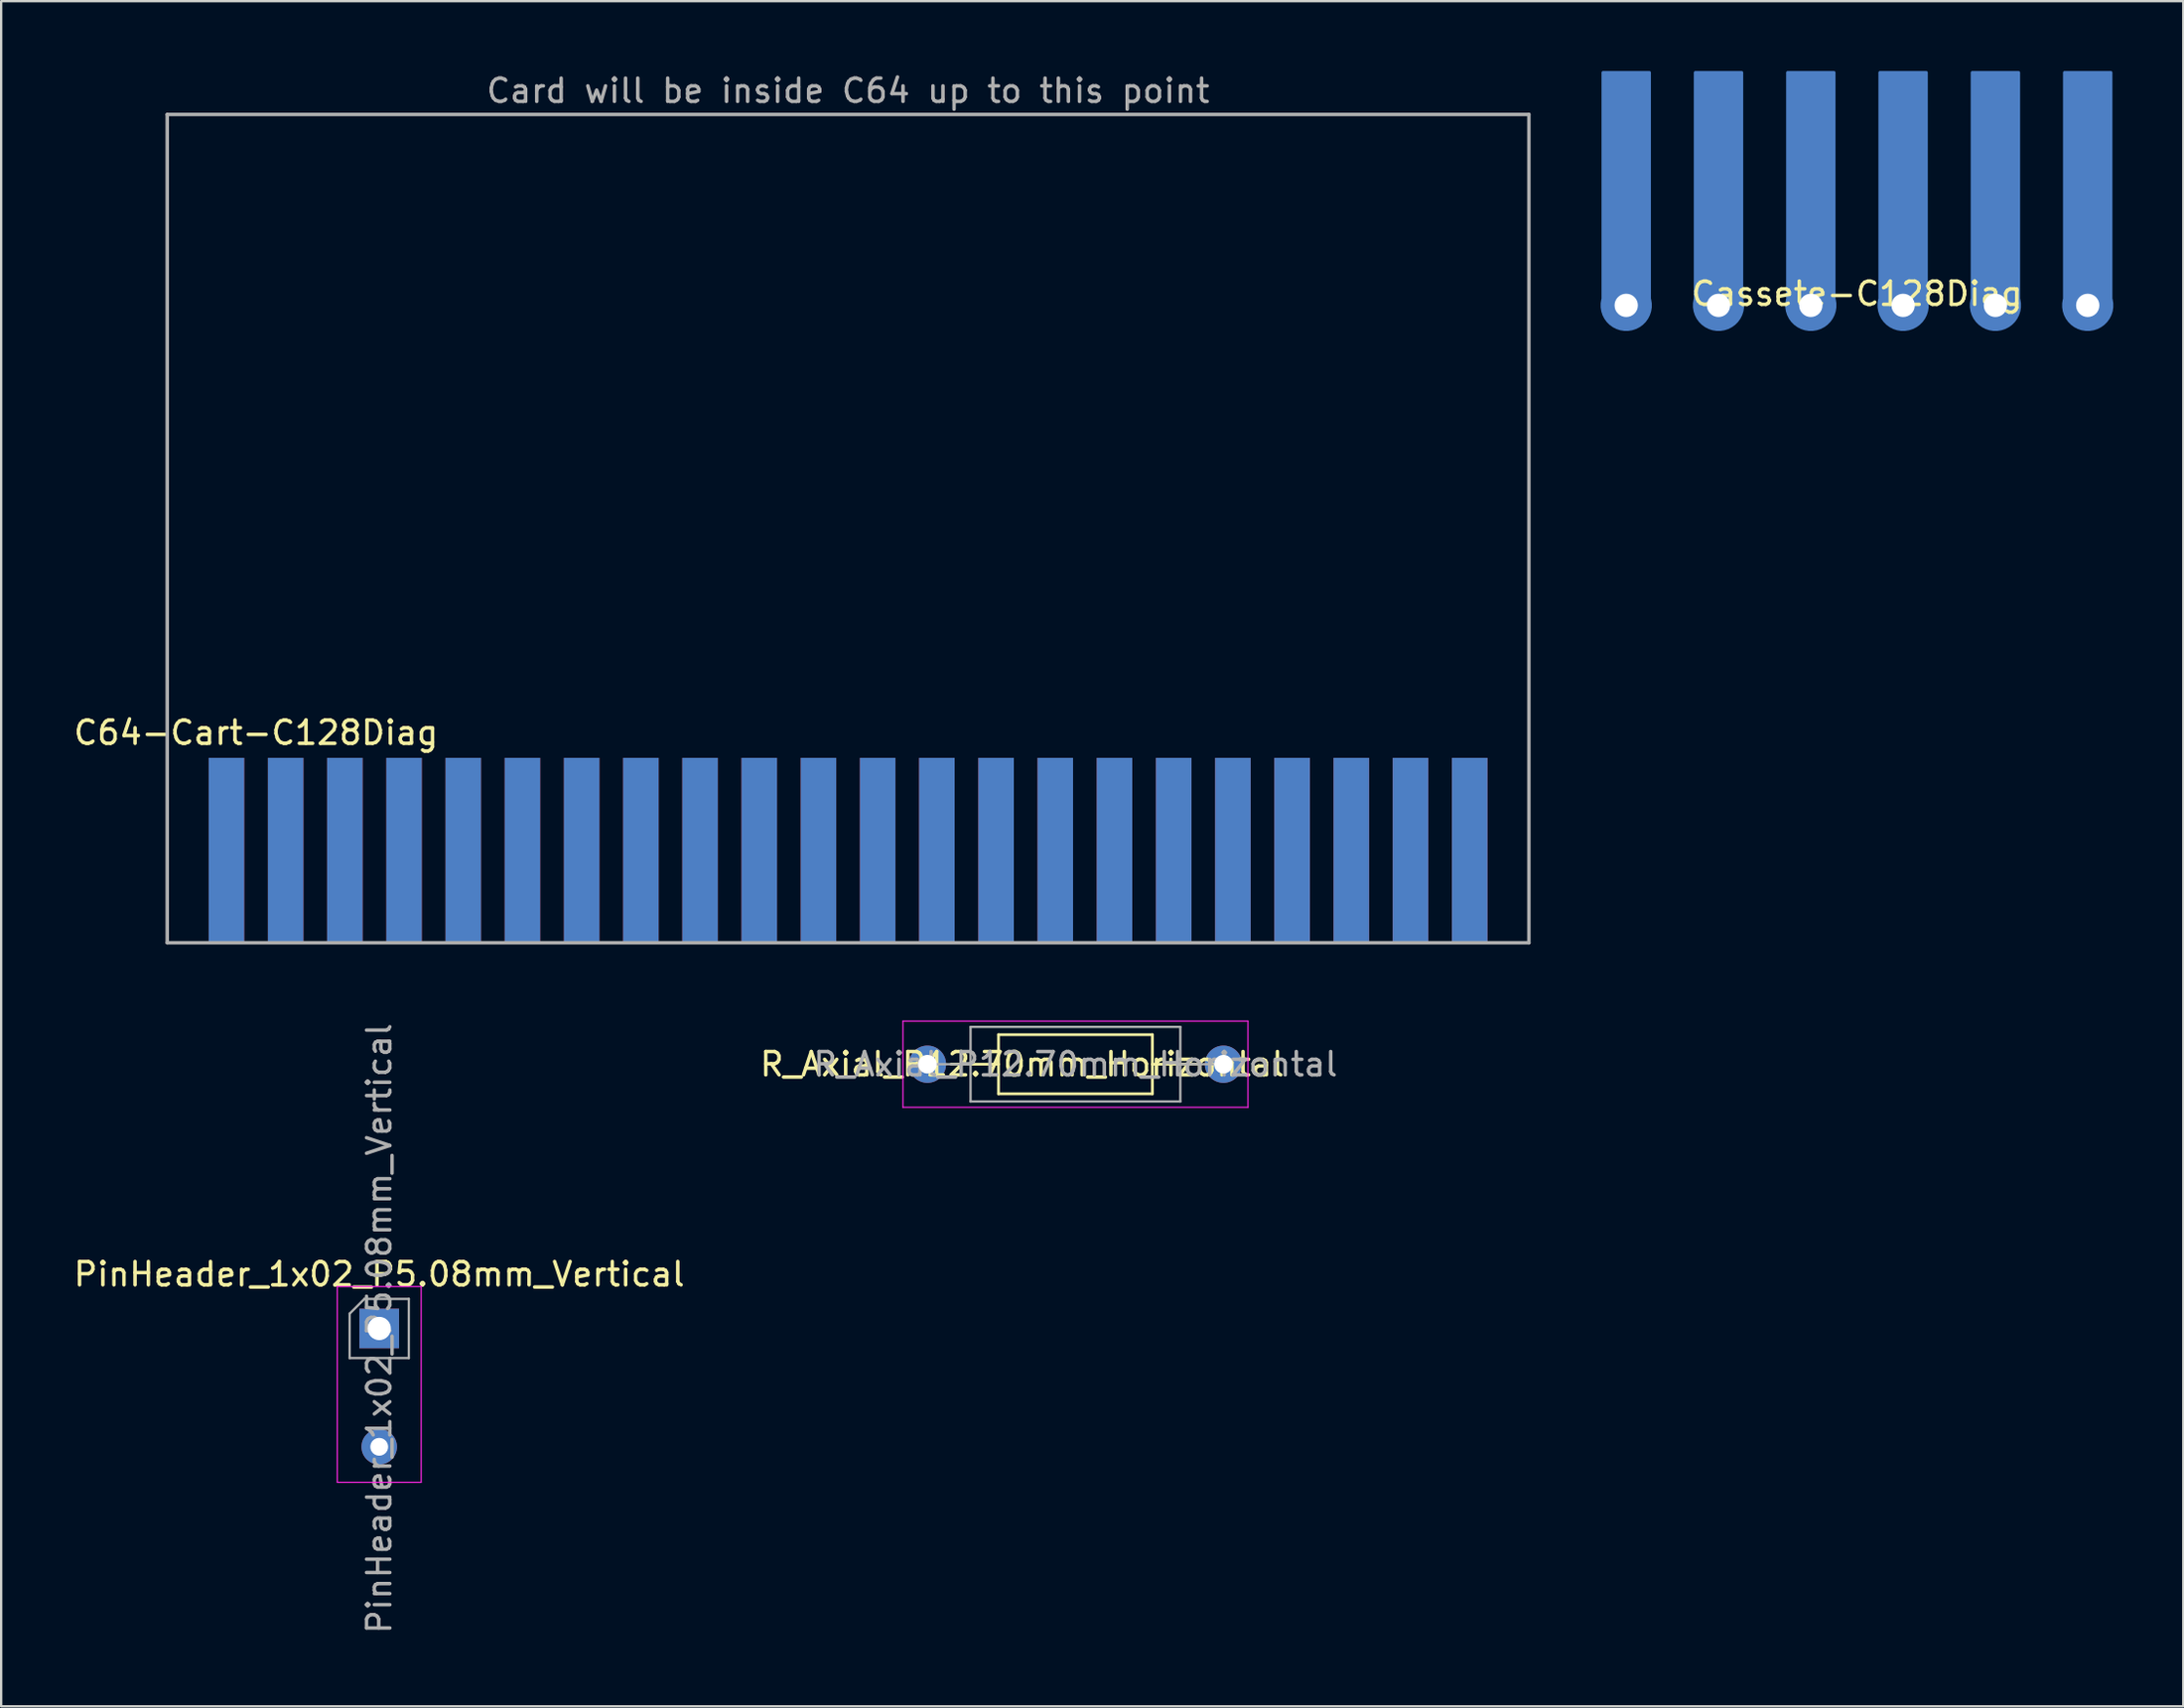
<source format=kicad_pcb>
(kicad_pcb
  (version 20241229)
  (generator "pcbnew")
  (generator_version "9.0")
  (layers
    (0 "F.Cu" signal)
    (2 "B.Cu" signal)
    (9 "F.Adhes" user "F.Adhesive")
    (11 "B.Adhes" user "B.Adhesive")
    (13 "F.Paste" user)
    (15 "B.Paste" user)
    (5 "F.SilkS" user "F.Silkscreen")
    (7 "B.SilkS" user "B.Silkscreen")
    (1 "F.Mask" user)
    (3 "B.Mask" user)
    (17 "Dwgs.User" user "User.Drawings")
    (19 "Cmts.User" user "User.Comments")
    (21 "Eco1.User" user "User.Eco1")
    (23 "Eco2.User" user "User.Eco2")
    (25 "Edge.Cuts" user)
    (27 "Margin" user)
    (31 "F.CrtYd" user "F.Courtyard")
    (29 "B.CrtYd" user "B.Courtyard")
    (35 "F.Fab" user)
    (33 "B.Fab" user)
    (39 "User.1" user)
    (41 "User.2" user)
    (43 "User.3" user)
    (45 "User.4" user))
  (footprint "C64-Cart-C128Diag"
    (layer "F.Cu")
    (at 4.125 37.424)
    (property "Reference" "C64-Cart-C128Diag" (at 3.81 -9.018 0) (layer "F.SilkS") (effects (font (size 1 1) (thickness 0.15))))
    (attr through_hole)
    (fp_line (start 0 -35.56) (end 0 0) (stroke (width 0.15) (type solid)) (layer "F.Fab"))
    (fp_line (start 0 0) (end 58.42 0) (stroke (width 0.15) (type solid)) (layer "F.Fab"))
    (fp_line (start 58.42 -35.56) (end 0 -35.56) (stroke (width 0.15) (type solid)) (layer "F.Fab"))
    (fp_line (start 58.42 0) (end 58.42 -35.56) (stroke (width 0.15) (type solid)) (layer "F.Fab"))
    (fp_text user "Card will be inside C64 up to this point" (at 29.21 -36.576 0) (layer "F.Fab") (effects (font (size 1 1) (thickness 0.15))))
    (pad "" smd rect (at 29.21 -3.81 180) (size 58.42 8.3) (layers "F.Mask"))
    (pad "" smd rect (at 29.21 -3.81 180) (size 58.42 8.3) (layers "B.Mask"))
    (pad "1" smd rect (at 2.54 -3.938 180) (size 1.524 8) (layers "F.Cu" "F.Mask" "F.Paste"))
    (pad "2" smd rect (at 5.08 -3.938 180) (size 1.524 8) (layers "F.Cu" "F.Mask" "F.Paste"))
    (pad "3" smd rect (at 7.62 -3.938 180) (size 1.524 8) (layers "F.Cu" "F.Mask" "F.Paste"))
    (pad "4" smd rect (at 10.16 -3.938 180) (size 1.524 8) (layers "F.Cu" "F.Mask" "F.Paste"))
    (pad "5" smd rect (at 12.7 -3.938 180) (size 1.524 8) (layers "F.Cu" "F.Mask" "F.Paste"))
    (pad "6" smd rect (at 15.24 -3.938 180) (size 1.524 8) (layers "F.Cu" "F.Mask" "F.Paste"))
    (pad "7" smd rect (at 17.78 -3.938 180) (size 1.524 8) (layers "F.Cu" "F.Mask" "F.Paste"))
    (pad "8" smd rect (at 20.32 -3.938 180) (size 1.524 8) (layers "F.Cu" "F.Mask" "F.Paste"))
    (pad "9" smd rect (at 22.86 -3.938 180) (size 1.524 8) (layers "F.Cu" "F.Mask" "F.Paste"))
    (pad "10" smd rect (at 25.4 -3.938 180) (size 1.524 8) (layers "F.Cu" "F.Mask" "F.Paste"))
    (pad "11" smd rect (at 27.94 -3.938 180) (size 1.524 8) (layers "F.Cu" "F.Mask" "F.Paste"))
    (pad "12" smd rect (at 30.48 -3.938 180) (size 1.524 8) (layers "F.Cu" "F.Mask" "F.Paste"))
    (pad "13" smd rect (at 33.02 -3.938 180) (size 1.524 8) (layers "F.Cu" "F.Mask" "F.Paste"))
    (pad "14" smd rect (at 35.56 -3.938 180) (size 1.524 8) (layers "F.Cu" "F.Mask" "F.Paste"))
    (pad "15" smd rect (at 38.1 -3.938 180) (size 1.524 8) (layers "F.Cu" "F.Mask" "F.Paste"))
    (pad "16" smd rect (at 40.64 -3.938 180) (size 1.524 8) (layers "F.Cu" "F.Mask" "F.Paste"))
    (pad "17" smd rect (at 43.18 -3.938 180) (size 1.524 8) (layers "F.Cu" "F.Mask" "F.Paste"))
    (pad "18" smd rect (at 45.72 -3.938 180) (size 1.524 8) (layers "F.Cu" "F.Mask" "F.Paste"))
    (pad "19" smd rect (at 48.26 -3.938 180) (size 1.524 8) (layers "F.Cu" "F.Mask" "F.Paste"))
    (pad "20" smd rect (at 50.8 -3.938 180) (size 1.524 8) (layers "F.Cu" "F.Mask" "F.Paste"))
    (pad "21" smd rect (at 53.34 -3.938 180) (size 1.524 8) (layers "F.Cu" "F.Mask" "F.Paste"))
    (pad "22" smd rect (at 55.88 -3.938 180) (size 1.524 8) (layers "F.Cu" "F.Mask" "F.Paste"))
    (pad "A" smd rect (at 2.54 -3.938) (size 1.524 8) (layers "B.Cu" "B.Mask" "B.Paste"))
    (pad "B" smd rect (at 5.08 -3.938) (size 1.524 8) (layers "B.Cu" "B.Mask" "B.Paste"))
    (pad "C" smd rect (at 7.62 -3.938) (size 1.524 8) (layers "B.Cu" "B.Mask" "B.Paste"))
    (pad "D" smd rect (at 10.16 -3.938) (size 1.524 8) (layers "B.Cu" "B.Mask" "B.Paste"))
    (pad "E" smd rect (at 12.7 -3.938) (size 1.524 8) (layers "B.Cu" "B.Mask" "B.Paste"))
    (pad "F" smd rect (at 15.24 -3.938) (size 1.524 8) (layers "B.Cu" "B.Mask" "B.Paste"))
    (pad "H" smd rect (at 17.78 -3.938) (size 1.524 8) (layers "B.Cu" "B.Mask" "B.Paste"))
    (pad "J" smd rect (at 20.32 -3.938) (size 1.524 8) (layers "B.Cu" "B.Mask" "B.Paste"))
    (pad "K" smd rect (at 22.86 -3.938) (size 1.524 8) (layers "B.Cu" "B.Mask" "B.Paste"))
    (pad "L" smd rect (at 25.4 -3.938) (size 1.524 8) (layers "B.Cu" "B.Mask" "B.Paste"))
    (pad "M" smd rect (at 27.94 -3.938) (size 1.524 8) (layers "B.Cu" "B.Mask" "B.Paste"))
    (pad "N" smd rect (at 30.48 -3.938) (size 1.524 8) (layers "B.Cu" "B.Mask" "B.Paste"))
    (pad "P" smd rect (at 33.02 -3.938) (size 1.524 8) (layers "B.Cu" "B.Mask" "B.Paste"))
    (pad "R" smd rect (at 35.56 -3.938) (size 1.524 8) (layers "B.Cu" "B.Mask" "B.Paste"))
    (pad "S" smd rect (at 38.1 -3.938) (size 1.524 8) (layers "B.Cu" "B.Mask" "B.Paste"))
    (pad "T" smd rect (at 40.64 -3.938) (size 1.524 8) (layers "B.Cu" "B.Mask" "B.Paste"))
    (pad "U" smd rect (at 43.18 -3.938) (size 1.524 8) (layers "B.Cu" "B.Mask" "B.Paste"))
    (pad "V" smd rect (at 45.72 -3.938) (size 1.524 8) (layers "B.Cu" "B.Mask" "B.Paste"))
    (pad "W" smd rect (at 48.26 -3.938) (size 1.524 8) (layers "B.Cu" "B.Mask" "B.Paste"))
    (pad "X" smd rect (at 50.8 -3.938) (size 1.524 8) (layers "B.Cu" "B.Mask" "B.Paste"))
    (pad "Y" smd rect (at 53.34 -3.938) (size 1.524 8) (layers "B.Cu" "B.Mask" "B.Paste"))
    (pad "Z" smd rect (at 55.88 -3.938) (size 1.524 8) (layers "B.Cu" "B.Mask" "B.Paste")))
  (footprint "PinHeader_1x02_P5.08mm_Vertical"
    (layer "F.Cu")
    (at 13.22 53.984)
    (property "Reference" "PinHeader_1x02_P5.08mm_Vertical" (at 0 -2.33 0) (layer "F.SilkS") (effects (font (size 1 1) (thickness 0.15))))
    (attr through_hole)
    (fp_line (start -1.8 -1.8) (end -1.8 6.604) (stroke (width 0.05) (type solid)) (layer "F.CrtYd"))
    (fp_line (start -1.8 6.604) (end 1.8 6.604) (stroke (width 0.05) (type solid)) (layer "F.CrtYd"))
    (fp_line (start 1.8 -1.8) (end -1.8 -1.8) (stroke (width 0.05) (type solid)) (layer "F.CrtYd"))
    (fp_line (start 1.8 6.604) (end 1.8 -1.8) (stroke (width 0.05) (type solid)) (layer "F.CrtYd"))
    (fp_line (start -1.27 -0.635) (end -0.635 -1.27) (stroke (width 0.1) (type solid)) (layer "F.Fab"))
    (fp_line (start -1.27 1.27) (end -1.27 -0.635) (stroke (width 0.1) (type solid)) (layer "F.Fab"))
    (fp_line (start -0.635 -1.27) (end 1.27 -1.27) (stroke (width 0.1) (type solid)) (layer "F.Fab"))
    (fp_line (start 1.27 -1.27) (end 1.27 1.27) (stroke (width 0.1) (type solid)) (layer "F.Fab"))
    (fp_line (start 1.27 1.27) (end -1.27 1.27) (stroke (width 0.1) (type solid)) (layer "F.Fab"))
    (fp_text user "${REFERENCE}" (at 0 0 90) (layer "F.Fab") (effects (font (size 1 1) (thickness 0.15))))
    (pad "1" thru_hole rect (at 0 0) (size 1.7 1.7) (drill 1) (layers "*.Cu" "*.Mask"))
    (pad "2" thru_hole circle (at 0 5.08) (size 1.524 1.524) (drill 0.762) (layers "*.Cu" "*.Mask")))
  (footprint "Cassete-C128Diag"
    (layer "F.Cu")
    (at 76.62 10.06)
    (property "Reference" "Cassete-C128Diag" (at 0 -0.5 0) (unlocked yes) (layer "F.SilkS") (effects (font (size 1 1) (thickness 0.15))))
    (attr through_hole)
    (pad "1" thru_hole circle (at -9.9 0) (size 1.7 1.7) (drill 1) (layers "*.Cu" "*.Mask"))
    (pad "1" smd custom (at -9.9 0) (size 2.2 2.2) (layers "B.Cu" "B.Mask" "B.Paste") (options (anchor circle)) (primitives (gr_rect (start -1 -10) (end 1 0) (width 0.12) (fill yes))))
    (pad "2" thru_hole circle (at -5.94 0) (size 1.7 1.7) (drill 1) (layers "*.Cu" "*.Mask"))
    (pad "2" smd custom (at -5.94 0) (size 2.2 2.2) (layers "B.Cu" "B.Mask" "B.Paste") (options (anchor circle)) (primitives (gr_rect (start -1 -10) (end 1 0) (width 0.12) (fill yes))))
    (pad "3" thru_hole circle (at -1.98 0) (size 1.7 1.7) (drill 1) (layers "*.Cu" "*.Mask"))
    (pad "3" smd custom (at -1.98 0) (size 2.2 2.2) (layers "B.Cu" "B.Mask" "B.Paste") (options (anchor circle)) (primitives (gr_rect (start -1 -10) (end 1 0) (width 0.12) (fill yes))))
    (pad "4" thru_hole circle (at 1.98 0) (size 1.7 1.7) (drill 1) (layers "*.Cu" "*.Mask"))
    (pad "4" smd custom (at 1.98 0) (size 2.2 2.2) (layers "B.Cu" "B.Mask" "B.Paste") (options (anchor circle)) (primitives (gr_rect (start -1 -10) (end 1 0) (width 0.12) (fill yes))))
    (pad "5" thru_hole circle (at 5.94 0) (size 1.7 1.7) (drill 1) (layers "*.Cu" "*.Mask"))
    (pad "5" smd custom (at 5.94 0) (size 2.2 2.2) (layers "B.Cu" "B.Mask" "B.Paste") (options (anchor circle)) (primitives (gr_rect (start -1 -10) (end 1 0) (width 0.12) (fill yes))))
    (pad "6" thru_hole circle (at 9.9 0) (size 1.7 1.7) (drill 1) (layers "*.Cu" "*.Mask"))
    (pad "6" smd custom (at 9.9 0) (size 2.2 2.2) (layers "B.Cu" "B.Mask" "B.Paste") (options (anchor circle)) (primitives (gr_rect (start -1 -10) (end 1 0) (width 0.12) (fill yes)))))
  (footprint "R_Axial_P12.70mm_Horizontal"
    (layer "F.Cu")
    (at 36.74 42.639)
    (property "Reference" "R_Axial_P12.70mm_Horizontal" (at 4.064 0 0) (layer "F.SilkS") (effects (font (size 1 1) (thickness 0.15))))
    (attr through_hole)
    (fp_line (start 1.016 0) (end 3.048 0) (stroke (width 0.12) (type solid)) (layer "F.SilkS"))
    (fp_line (start 3.048 -1.27) (end 3.048 1.27) (stroke (width 0.12) (type solid)) (layer "F.SilkS"))
    (fp_line (start 3.048 1.27) (end 9.652 1.27) (stroke (width 0.12) (type solid)) (layer "F.SilkS"))
    (fp_line (start 9.652 -1.27) (end 3.048 -1.27) (stroke (width 0.12) (type solid)) (layer "F.SilkS"))
    (fp_line (start 9.652 1.27) (end 9.652 -1.27) (stroke (width 0.12) (type solid)) (layer "F.SilkS"))
    (fp_line (start 11.684 0) (end 9.652 0) (stroke (width 0.12) (type solid)) (layer "F.SilkS"))
    (fp_line (start -1.05 -1.85) (end -1.05 1.85) (stroke (width 0.05) (type solid)) (layer "F.CrtYd"))
    (fp_line (start -1.05 1.85) (end 13.75 1.85) (stroke (width 0.05) (type solid)) (layer "F.CrtYd"))
    (fp_line (start 13.75 -1.85) (end -1.05 -1.85) (stroke (width 0.05) (type solid)) (layer "F.CrtYd"))
    (fp_line (start 13.75 1.85) (end 13.75 -1.85) (stroke (width 0.05) (type solid)) (layer "F.CrtYd"))
    (fp_line (start 0 0) (end 1.85 0) (stroke (width 0.1) (type solid)) (layer "F.Fab"))
    (fp_line (start 1.85 -1.6) (end 1.85 1.6) (stroke (width 0.1) (type solid)) (layer "F.Fab"))
    (fp_line (start 1.85 1.6) (end 10.85 1.6) (stroke (width 0.1) (type solid)) (layer "F.Fab"))
    (fp_line (start 10.85 -1.6) (end 1.85 -1.6) (stroke (width 0.1) (type solid)) (layer "F.Fab"))
    (fp_line (start 10.85 1.6) (end 10.85 -1.6) (stroke (width 0.1) (type solid)) (layer "F.Fab"))
    (fp_line (start 12.7 0) (end 10.85 0) (stroke (width 0.1) (type solid)) (layer "F.Fab"))
    (fp_text user "${REFERENCE}" (at 6.35 0 0) (layer "F.Fab") (effects (font (size 1 1) (thickness 0.15))))
    (pad "1" thru_hole circle (at 0 0) (size 1.6 1.6) (drill 0.8) (layers "*.Cu" "*.Mask"))
    (pad "2" thru_hole oval (at 12.7 0) (size 1.6 1.6) (drill 0.8) (layers "*.Cu" "*.Mask")))
  (gr_rect
    (start -3 -3)
    (end 90.62 70.205)
    (stroke (width 0.1) (type default))
    (fill no)
    (layer "Edge.Cuts")))
</source>
